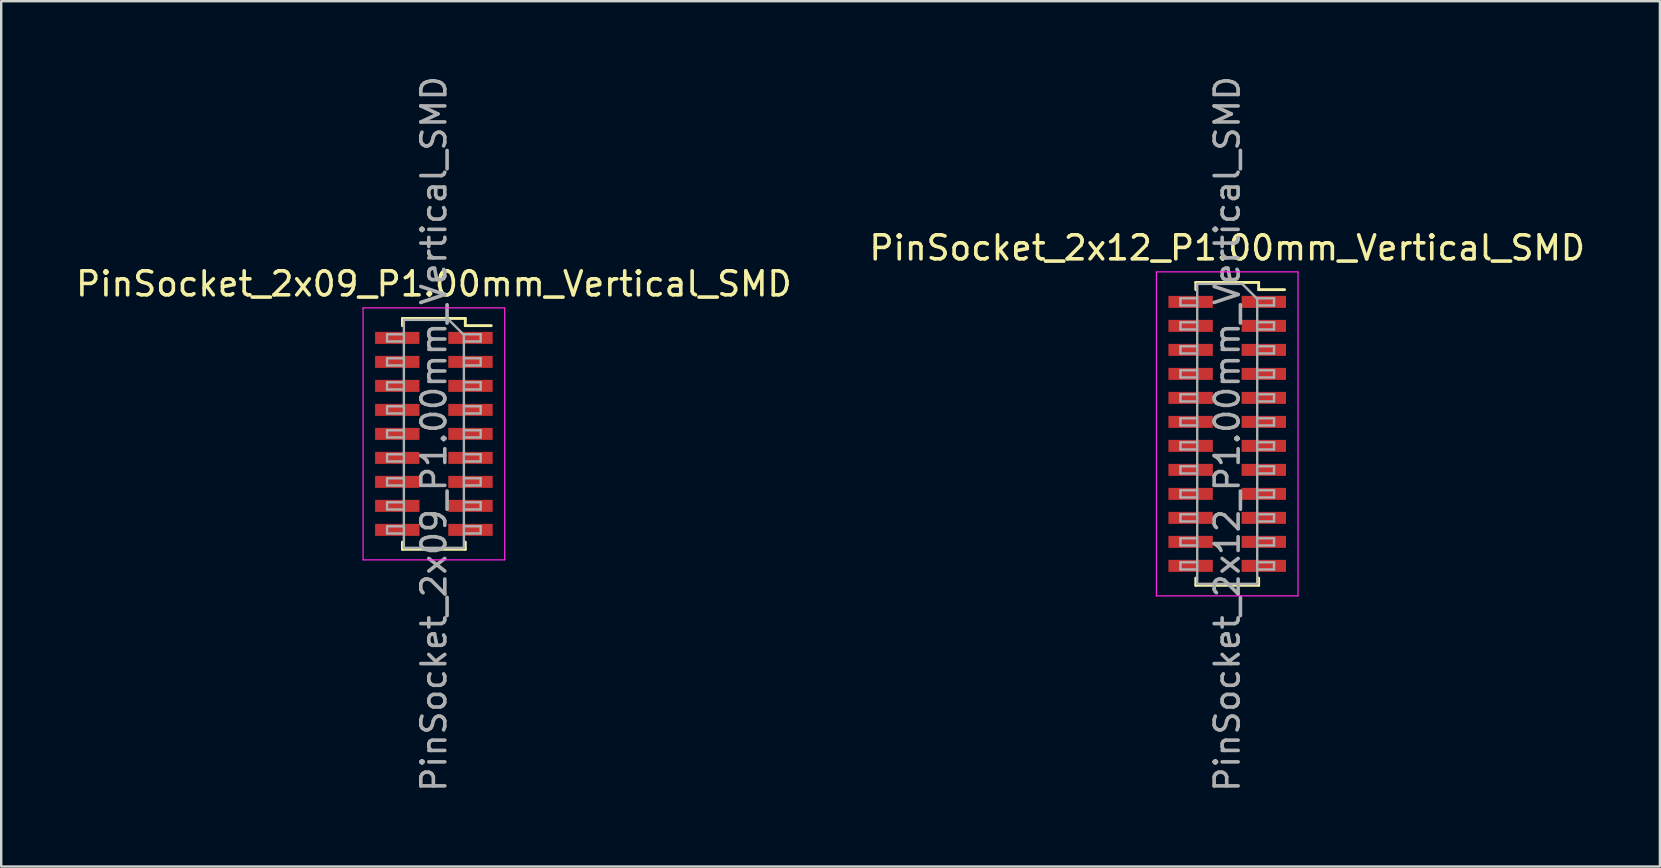
<source format=kicad_pcb>
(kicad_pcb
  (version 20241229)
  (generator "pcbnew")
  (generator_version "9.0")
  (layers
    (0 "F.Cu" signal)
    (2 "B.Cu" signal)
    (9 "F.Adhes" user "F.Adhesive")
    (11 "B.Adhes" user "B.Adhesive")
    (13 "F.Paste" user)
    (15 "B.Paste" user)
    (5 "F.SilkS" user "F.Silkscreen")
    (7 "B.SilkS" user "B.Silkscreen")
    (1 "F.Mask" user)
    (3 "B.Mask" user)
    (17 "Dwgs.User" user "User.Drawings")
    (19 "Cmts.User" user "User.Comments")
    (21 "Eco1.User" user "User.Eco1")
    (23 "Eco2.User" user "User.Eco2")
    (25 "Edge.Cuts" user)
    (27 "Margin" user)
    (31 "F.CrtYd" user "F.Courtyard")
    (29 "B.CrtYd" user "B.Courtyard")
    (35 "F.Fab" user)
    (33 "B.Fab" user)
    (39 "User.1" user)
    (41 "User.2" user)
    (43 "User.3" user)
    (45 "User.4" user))
  (footprint "PinSocket_2x09_P1.00mm_Vertical_SMD"
    (layer "F.Cu")
    (at 15.03 15.03)
    (property "Reference" "PinSocket_2x09_P1.00mm_Vertical_SMD" (at 0 -6.25 0) (layer "F.SilkS") (effects (font (size 1 1) (thickness 0.15))))
    (attr smd)
    (fp_line (start -1.31 -4.81) (end -1.31 -4.51) (stroke (width 0.12) (type solid)) (layer "F.SilkS"))
    (fp_line (start -1.31 -4.81) (end 1.31 -4.81) (stroke (width 0.12) (type solid)) (layer "F.SilkS"))
    (fp_line (start -1.31 4.51) (end -1.31 4.81) (stroke (width 0.12) (type solid)) (layer "F.SilkS"))
    (fp_line (start -1.31 4.81) (end 1.31 4.81) (stroke (width 0.12) (type solid)) (layer "F.SilkS"))
    (fp_line (start 1.31 -4.81) (end 1.31 -4.51) (stroke (width 0.12) (type solid)) (layer "F.SilkS"))
    (fp_line (start 1.31 -4.51) (end 2.39 -4.51) (stroke (width 0.12) (type solid)) (layer "F.SilkS"))
    (fp_line (start 1.31 4.51) (end 1.31 4.81) (stroke (width 0.12) (type solid)) (layer "F.SilkS"))
    (fp_line (start -2.95 -5.25) (end 2.95 -5.25) (stroke (width 0.05) (type solid)) (layer "F.CrtYd"))
    (fp_line (start -2.95 5.25) (end -2.95 -5.25) (stroke (width 0.05) (type solid)) (layer "F.CrtYd"))
    (fp_line (start 2.95 -5.25) (end 2.95 5.25) (stroke (width 0.05) (type solid)) (layer "F.CrtYd"))
    (fp_line (start 2.95 5.25) (end -2.95 5.25) (stroke (width 0.05) (type solid)) (layer "F.CrtYd"))
    (fp_line (start -1.95 -4.15) (end -1.25 -4.15) (stroke (width 0.1) (type solid)) (layer "F.Fab"))
    (fp_line (start -1.95 -3.85) (end -1.95 -4.15) (stroke (width 0.1) (type solid)) (layer "F.Fab"))
    (fp_line (start -1.95 -3.15) (end -1.25 -3.15) (stroke (width 0.1) (type solid)) (layer "F.Fab"))
    (fp_line (start -1.95 -2.85) (end -1.95 -3.15) (stroke (width 0.1) (type solid)) (layer "F.Fab"))
    (fp_line (start -1.95 -2.15) (end -1.25 -2.15) (stroke (width 0.1) (type solid)) (layer "F.Fab"))
    (fp_line (start -1.95 -1.85) (end -1.95 -2.15) (stroke (width 0.1) (type solid)) (layer "F.Fab"))
    (fp_line (start -1.95 -1.15) (end -1.25 -1.15) (stroke (width 0.1) (type solid)) (layer "F.Fab"))
    (fp_line (start -1.95 -0.85) (end -1.95 -1.15) (stroke (width 0.1) (type solid)) (layer "F.Fab"))
    (fp_line (start -1.95 -0.15) (end -1.25 -0.15) (stroke (width 0.1) (type solid)) (layer "F.Fab"))
    (fp_line (start -1.95 0.15) (end -1.95 -0.15) (stroke (width 0.1) (type solid)) (layer "F.Fab"))
    (fp_line (start -1.95 0.85) (end -1.25 0.85) (stroke (width 0.1) (type solid)) (layer "F.Fab"))
    (fp_line (start -1.95 1.15) (end -1.95 0.85) (stroke (width 0.1) (type solid)) (layer "F.Fab"))
    (fp_line (start -1.95 1.85) (end -1.25 1.85) (stroke (width 0.1) (type solid)) (layer "F.Fab"))
    (fp_line (start -1.95 2.15) (end -1.95 1.85) (stroke (width 0.1) (type solid)) (layer "F.Fab"))
    (fp_line (start -1.95 2.85) (end -1.25 2.85) (stroke (width 0.1) (type solid)) (layer "F.Fab"))
    (fp_line (start -1.95 3.15) (end -1.95 2.85) (stroke (width 0.1) (type solid)) (layer "F.Fab"))
    (fp_line (start -1.95 3.85) (end -1.25 3.85) (stroke (width 0.1) (type solid)) (layer "F.Fab"))
    (fp_line (start -1.95 4.15) (end -1.95 3.85) (stroke (width 0.1) (type solid)) (layer "F.Fab"))
    (fp_line (start -1.25 -4.75) (end 0.625 -4.75) (stroke (width 0.1) (type solid)) (layer "F.Fab"))
    (fp_line (start -1.25 -3.85) (end -1.95 -3.85) (stroke (width 0.1) (type solid)) (layer "F.Fab"))
    (fp_line (start -1.25 -2.85) (end -1.95 -2.85) (stroke (width 0.1) (type solid)) (layer "F.Fab"))
    (fp_line (start -1.25 -1.85) (end -1.95 -1.85) (stroke (width 0.1) (type solid)) (layer "F.Fab"))
    (fp_line (start -1.25 -0.85) (end -1.95 -0.85) (stroke (width 0.1) (type solid)) (layer "F.Fab"))
    (fp_line (start -1.25 0.15) (end -1.95 0.15) (stroke (width 0.1) (type solid)) (layer "F.Fab"))
    (fp_line (start -1.25 1.15) (end -1.95 1.15) (stroke (width 0.1) (type solid)) (layer "F.Fab"))
    (fp_line (start -1.25 2.15) (end -1.95 2.15) (stroke (width 0.1) (type solid)) (layer "F.Fab"))
    (fp_line (start -1.25 3.15) (end -1.95 3.15) (stroke (width 0.1) (type solid)) (layer "F.Fab"))
    (fp_line (start -1.25 4.15) (end -1.95 4.15) (stroke (width 0.1) (type solid)) (layer "F.Fab"))
    (fp_line (start -1.25 4.75) (end -1.25 -4.75) (stroke (width 0.1) (type solid)) (layer "F.Fab"))
    (fp_line (start 0.625 -4.75) (end 1.25 -4.125) (stroke (width 0.1) (type solid)) (layer "F.Fab"))
    (fp_line (start 1.25 -4.15) (end 1.95 -4.15) (stroke (width 0.1) (type solid)) (layer "F.Fab"))
    (fp_line (start 1.25 -4.125) (end 1.25 4.75) (stroke (width 0.1) (type solid)) (layer "F.Fab"))
    (fp_line (start 1.25 -3.15) (end 1.95 -3.15) (stroke (width 0.1) (type solid)) (layer "F.Fab"))
    (fp_line (start 1.25 -2.15) (end 1.95 -2.15) (stroke (width 0.1) (type solid)) (layer "F.Fab"))
    (fp_line (start 1.25 -1.15) (end 1.95 -1.15) (stroke (width 0.1) (type solid)) (layer "F.Fab"))
    (fp_line (start 1.25 -0.15) (end 1.95 -0.15) (stroke (width 0.1) (type solid)) (layer "F.Fab"))
    (fp_line (start 1.25 0.85) (end 1.95 0.85) (stroke (width 0.1) (type solid)) (layer "F.Fab"))
    (fp_line (start 1.25 1.85) (end 1.95 1.85) (stroke (width 0.1) (type solid)) (layer "F.Fab"))
    (fp_line (start 1.25 2.85) (end 1.95 2.85) (stroke (width 0.1) (type solid)) (layer "F.Fab"))
    (fp_line (start 1.25 3.85) (end 1.95 3.85) (stroke (width 0.1) (type solid)) (layer "F.Fab"))
    (fp_line (start 1.25 4.75) (end -1.25 4.75) (stroke (width 0.1) (type solid)) (layer "F.Fab"))
    (fp_line (start 1.95 -4.15) (end 1.95 -3.85) (stroke (width 0.1) (type solid)) (layer "F.Fab"))
    (fp_line (start 1.95 -3.85) (end 1.25 -3.85) (stroke (width 0.1) (type solid)) (layer "F.Fab"))
    (fp_line (start 1.95 -3.15) (end 1.95 -2.85) (stroke (width 0.1) (type solid)) (layer "F.Fab"))
    (fp_line (start 1.95 -2.85) (end 1.25 -2.85) (stroke (width 0.1) (type solid)) (layer "F.Fab"))
    (fp_line (start 1.95 -2.15) (end 1.95 -1.85) (stroke (width 0.1) (type solid)) (layer "F.Fab"))
    (fp_line (start 1.95 -1.85) (end 1.25 -1.85) (stroke (width 0.1) (type solid)) (layer "F.Fab"))
    (fp_line (start 1.95 -1.15) (end 1.95 -0.85) (stroke (width 0.1) (type solid)) (layer "F.Fab"))
    (fp_line (start 1.95 -0.85) (end 1.25 -0.85) (stroke (width 0.1) (type solid)) (layer "F.Fab"))
    (fp_line (start 1.95 -0.15) (end 1.95 0.15) (stroke (width 0.1) (type solid)) (layer "F.Fab"))
    (fp_line (start 1.95 0.15) (end 1.25 0.15) (stroke (width 0.1) (type solid)) (layer "F.Fab"))
    (fp_line (start 1.95 0.85) (end 1.95 1.15) (stroke (width 0.1) (type solid)) (layer "F.Fab"))
    (fp_line (start 1.95 1.15) (end 1.25 1.15) (stroke (width 0.1) (type solid)) (layer "F.Fab"))
    (fp_line (start 1.95 1.85) (end 1.95 2.15) (stroke (width 0.1) (type solid)) (layer "F.Fab"))
    (fp_line (start 1.95 2.15) (end 1.25 2.15) (stroke (width 0.1) (type solid)) (layer "F.Fab"))
    (fp_line (start 1.95 2.85) (end 1.95 3.15) (stroke (width 0.1) (type solid)) (layer "F.Fab"))
    (fp_line (start 1.95 3.15) (end 1.25 3.15) (stroke (width 0.1) (type solid)) (layer "F.Fab"))
    (fp_line (start 1.95 3.85) (end 1.95 4.15) (stroke (width 0.1) (type solid)) (layer "F.Fab"))
    (fp_line (start 1.95 4.15) (end 1.25 4.15) (stroke (width 0.1) (type solid)) (layer "F.Fab"))
    (fp_text user "${REFERENCE}" (at 0 0 90) (layer "F.Fab") (effects (font (size 1 1) (thickness 0.15))))
    (pad "1" smd rect (at 1.525 -4) (size 1.85 0.5) (layers "F.Cu" "F.Mask" "F.Paste"))
    (pad "2" smd rect (at -1.525 -4) (size 1.85 0.5) (layers "F.Cu" "F.Mask" "F.Paste"))
    (pad "3" smd rect (at 1.525 -3) (size 1.85 0.5) (layers "F.Cu" "F.Mask" "F.Paste"))
    (pad "4" smd rect (at -1.525 -3) (size 1.85 0.5) (layers "F.Cu" "F.Mask" "F.Paste"))
    (pad "5" smd rect (at 1.525 -2) (size 1.85 0.5) (layers "F.Cu" "F.Mask" "F.Paste"))
    (pad "6" smd rect (at -1.525 -2) (size 1.85 0.5) (layers "F.Cu" "F.Mask" "F.Paste"))
    (pad "7" smd rect (at 1.525 -1) (size 1.85 0.5) (layers "F.Cu" "F.Mask" "F.Paste"))
    (pad "8" smd rect (at -1.525 -1) (size 1.85 0.5) (layers "F.Cu" "F.Mask" "F.Paste"))
    (pad "9" smd rect (at 1.525 0) (size 1.85 0.5) (layers "F.Cu" "F.Mask" "F.Paste"))
    (pad "10" smd rect (at -1.525 0) (size 1.85 0.5) (layers "F.Cu" "F.Mask" "F.Paste"))
    (pad "11" smd rect (at 1.525 1) (size 1.85 0.5) (layers "F.Cu" "F.Mask" "F.Paste"))
    (pad "12" smd rect (at -1.525 1) (size 1.85 0.5) (layers "F.Cu" "F.Mask" "F.Paste"))
    (pad "13" smd rect (at 1.525 2) (size 1.85 0.5) (layers "F.Cu" "F.Mask" "F.Paste"))
    (pad "14" smd rect (at -1.525 2) (size 1.85 0.5) (layers "F.Cu" "F.Mask" "F.Paste"))
    (pad "15" smd rect (at 1.525 3) (size 1.85 0.5) (layers "F.Cu" "F.Mask" "F.Paste"))
    (pad "16" smd rect (at -1.525 3) (size 1.85 0.5) (layers "F.Cu" "F.Mask" "F.Paste"))
    (pad "17" smd rect (at 1.525 4) (size 1.85 0.5) (layers "F.Cu" "F.Mask" "F.Paste"))
    (pad "18" smd rect (at -1.525 4) (size 1.85 0.5) (layers "F.Cu" "F.Mask" "F.Paste")))
  (footprint "PinSocket_2x12_P1.00mm_Vertical_SMD"
    (layer "F.Cu")
    (at 48.089 15.03)
    (property "Reference" "PinSocket_2x12_P1.00mm_Vertical_SMD" (at 0 -7.75 0) (layer "F.SilkS") (effects (font (size 1 1) (thickness 0.15))))
    (attr smd)
    (fp_line (start -1.31 -6.31) (end -1.31 -6.01) (stroke (width 0.12) (type solid)) (layer "F.SilkS"))
    (fp_line (start -1.31 -6.31) (end 1.31 -6.31) (stroke (width 0.12) (type solid)) (layer "F.SilkS"))
    (fp_line (start -1.31 6.01) (end -1.31 6.31) (stroke (width 0.12) (type solid)) (layer "F.SilkS"))
    (fp_line (start -1.31 6.31) (end 1.31 6.31) (stroke (width 0.12) (type solid)) (layer "F.SilkS"))
    (fp_line (start 1.31 -6.31) (end 1.31 -6.01) (stroke (width 0.12) (type solid)) (layer "F.SilkS"))
    (fp_line (start 1.31 -6.01) (end 2.39 -6.01) (stroke (width 0.12) (type solid)) (layer "F.SilkS"))
    (fp_line (start 1.31 6.01) (end 1.31 6.31) (stroke (width 0.12) (type solid)) (layer "F.SilkS"))
    (fp_line (start -2.95 -6.75) (end 2.95 -6.75) (stroke (width 0.05) (type solid)) (layer "F.CrtYd"))
    (fp_line (start -2.95 6.75) (end -2.95 -6.75) (stroke (width 0.05) (type solid)) (layer "F.CrtYd"))
    (fp_line (start 2.95 -6.75) (end 2.95 6.75) (stroke (width 0.05) (type solid)) (layer "F.CrtYd"))
    (fp_line (start 2.95 6.75) (end -2.95 6.75) (stroke (width 0.05) (type solid)) (layer "F.CrtYd"))
    (fp_line (start -1.95 -5.65) (end -1.25 -5.65) (stroke (width 0.1) (type solid)) (layer "F.Fab"))
    (fp_line (start -1.95 -5.35) (end -1.95 -5.65) (stroke (width 0.1) (type solid)) (layer "F.Fab"))
    (fp_line (start -1.95 -4.65) (end -1.25 -4.65) (stroke (width 0.1) (type solid)) (layer "F.Fab"))
    (fp_line (start -1.95 -4.35) (end -1.95 -4.65) (stroke (width 0.1) (type solid)) (layer "F.Fab"))
    (fp_line (start -1.95 -3.65) (end -1.25 -3.65) (stroke (width 0.1) (type solid)) (layer "F.Fab"))
    (fp_line (start -1.95 -3.35) (end -1.95 -3.65) (stroke (width 0.1) (type solid)) (layer "F.Fab"))
    (fp_line (start -1.95 -2.65) (end -1.25 -2.65) (stroke (width 0.1) (type solid)) (layer "F.Fab"))
    (fp_line (start -1.95 -2.35) (end -1.95 -2.65) (stroke (width 0.1) (type solid)) (layer "F.Fab"))
    (fp_line (start -1.95 -1.65) (end -1.25 -1.65) (stroke (width 0.1) (type solid)) (layer "F.Fab"))
    (fp_line (start -1.95 -1.35) (end -1.95 -1.65) (stroke (width 0.1) (type solid)) (layer "F.Fab"))
    (fp_line (start -1.95 -0.65) (end -1.25 -0.65) (stroke (width 0.1) (type solid)) (layer "F.Fab"))
    (fp_line (start -1.95 -0.35) (end -1.95 -0.65) (stroke (width 0.1) (type solid)) (layer "F.Fab"))
    (fp_line (start -1.95 0.35) (end -1.25 0.35) (stroke (width 0.1) (type solid)) (layer "F.Fab"))
    (fp_line (start -1.95 0.65) (end -1.95 0.35) (stroke (width 0.1) (type solid)) (layer "F.Fab"))
    (fp_line (start -1.95 1.35) (end -1.25 1.35) (stroke (width 0.1) (type solid)) (layer "F.Fab"))
    (fp_line (start -1.95 1.65) (end -1.95 1.35) (stroke (width 0.1) (type solid)) (layer "F.Fab"))
    (fp_line (start -1.95 2.35) (end -1.25 2.35) (stroke (width 0.1) (type solid)) (layer "F.Fab"))
    (fp_line (start -1.95 2.65) (end -1.95 2.35) (stroke (width 0.1) (type solid)) (layer "F.Fab"))
    (fp_line (start -1.95 3.35) (end -1.25 3.35) (stroke (width 0.1) (type solid)) (layer "F.Fab"))
    (fp_line (start -1.95 3.65) (end -1.95 3.35) (stroke (width 0.1) (type solid)) (layer "F.Fab"))
    (fp_line (start -1.95 4.35) (end -1.25 4.35) (stroke (width 0.1) (type solid)) (layer "F.Fab"))
    (fp_line (start -1.95 4.65) (end -1.95 4.35) (stroke (width 0.1) (type solid)) (layer "F.Fab"))
    (fp_line (start -1.95 5.35) (end -1.25 5.35) (stroke (width 0.1) (type solid)) (layer "F.Fab"))
    (fp_line (start -1.95 5.65) (end -1.95 5.35) (stroke (width 0.1) (type solid)) (layer "F.Fab"))
    (fp_line (start -1.25 -6.25) (end 0.625 -6.25) (stroke (width 0.1) (type solid)) (layer "F.Fab"))
    (fp_line (start -1.25 -5.35) (end -1.95 -5.35) (stroke (width 0.1) (type solid)) (layer "F.Fab"))
    (fp_line (start -1.25 -4.35) (end -1.95 -4.35) (stroke (width 0.1) (type solid)) (layer "F.Fab"))
    (fp_line (start -1.25 -3.35) (end -1.95 -3.35) (stroke (width 0.1) (type solid)) (layer "F.Fab"))
    (fp_line (start -1.25 -2.35) (end -1.95 -2.35) (stroke (width 0.1) (type solid)) (layer "F.Fab"))
    (fp_line (start -1.25 -1.35) (end -1.95 -1.35) (stroke (width 0.1) (type solid)) (layer "F.Fab"))
    (fp_line (start -1.25 -0.35) (end -1.95 -0.35) (stroke (width 0.1) (type solid)) (layer "F.Fab"))
    (fp_line (start -1.25 0.65) (end -1.95 0.65) (stroke (width 0.1) (type solid)) (layer "F.Fab"))
    (fp_line (start -1.25 1.65) (end -1.95 1.65) (stroke (width 0.1) (type solid)) (layer "F.Fab"))
    (fp_line (start -1.25 2.65) (end -1.95 2.65) (stroke (width 0.1) (type solid)) (layer "F.Fab"))
    (fp_line (start -1.25 3.65) (end -1.95 3.65) (stroke (width 0.1) (type solid)) (layer "F.Fab"))
    (fp_line (start -1.25 4.65) (end -1.95 4.65) (stroke (width 0.1) (type solid)) (layer "F.Fab"))
    (fp_line (start -1.25 5.65) (end -1.95 5.65) (stroke (width 0.1) (type solid)) (layer "F.Fab"))
    (fp_line (start -1.25 6.25) (end -1.25 -6.25) (stroke (width 0.1) (type solid)) (layer "F.Fab"))
    (fp_line (start 0.625 -6.25) (end 1.25 -5.625) (stroke (width 0.1) (type solid)) (layer "F.Fab"))
    (fp_line (start 1.25 -5.65) (end 1.95 -5.65) (stroke (width 0.1) (type solid)) (layer "F.Fab"))
    (fp_line (start 1.25 -5.625) (end 1.25 6.25) (stroke (width 0.1) (type solid)) (layer "F.Fab"))
    (fp_line (start 1.25 -4.65) (end 1.95 -4.65) (stroke (width 0.1) (type solid)) (layer "F.Fab"))
    (fp_line (start 1.25 -3.65) (end 1.95 -3.65) (stroke (width 0.1) (type solid)) (layer "F.Fab"))
    (fp_line (start 1.25 -2.65) (end 1.95 -2.65) (stroke (width 0.1) (type solid)) (layer "F.Fab"))
    (fp_line (start 1.25 -1.65) (end 1.95 -1.65) (stroke (width 0.1) (type solid)) (layer "F.Fab"))
    (fp_line (start 1.25 -0.65) (end 1.95 -0.65) (stroke (width 0.1) (type solid)) (layer "F.Fab"))
    (fp_line (start 1.25 0.35) (end 1.95 0.35) (stroke (width 0.1) (type solid)) (layer "F.Fab"))
    (fp_line (start 1.25 1.35) (end 1.95 1.35) (stroke (width 0.1) (type solid)) (layer "F.Fab"))
    (fp_line (start 1.25 2.35) (end 1.95 2.35) (stroke (width 0.1) (type solid)) (layer "F.Fab"))
    (fp_line (start 1.25 3.35) (end 1.95 3.35) (stroke (width 0.1) (type solid)) (layer "F.Fab"))
    (fp_line (start 1.25 4.35) (end 1.95 4.35) (stroke (width 0.1) (type solid)) (layer "F.Fab"))
    (fp_line (start 1.25 5.35) (end 1.95 5.35) (stroke (width 0.1) (type solid)) (layer "F.Fab"))
    (fp_line (start 1.25 6.25) (end -1.25 6.25) (stroke (width 0.1) (type solid)) (layer "F.Fab"))
    (fp_line (start 1.95 -5.65) (end 1.95 -5.35) (stroke (width 0.1) (type solid)) (layer "F.Fab"))
    (fp_line (start 1.95 -5.35) (end 1.25 -5.35) (stroke (width 0.1) (type solid)) (layer "F.Fab"))
    (fp_line (start 1.95 -4.65) (end 1.95 -4.35) (stroke (width 0.1) (type solid)) (layer "F.Fab"))
    (fp_line (start 1.95 -4.35) (end 1.25 -4.35) (stroke (width 0.1) (type solid)) (layer "F.Fab"))
    (fp_line (start 1.95 -3.65) (end 1.95 -3.35) (stroke (width 0.1) (type solid)) (layer "F.Fab"))
    (fp_line (start 1.95 -3.35) (end 1.25 -3.35) (stroke (width 0.1) (type solid)) (layer "F.Fab"))
    (fp_line (start 1.95 -2.65) (end 1.95 -2.35) (stroke (width 0.1) (type solid)) (layer "F.Fab"))
    (fp_line (start 1.95 -2.35) (end 1.25 -2.35) (stroke (width 0.1) (type solid)) (layer "F.Fab"))
    (fp_line (start 1.95 -1.65) (end 1.95 -1.35) (stroke (width 0.1) (type solid)) (layer "F.Fab"))
    (fp_line (start 1.95 -1.35) (end 1.25 -1.35) (stroke (width 0.1) (type solid)) (layer "F.Fab"))
    (fp_line (start 1.95 -0.65) (end 1.95 -0.35) (stroke (width 0.1) (type solid)) (layer "F.Fab"))
    (fp_line (start 1.95 -0.35) (end 1.25 -0.35) (stroke (width 0.1) (type solid)) (layer "F.Fab"))
    (fp_line (start 1.95 0.35) (end 1.95 0.65) (stroke (width 0.1) (type solid)) (layer "F.Fab"))
    (fp_line (start 1.95 0.65) (end 1.25 0.65) (stroke (width 0.1) (type solid)) (layer "F.Fab"))
    (fp_line (start 1.95 1.35) (end 1.95 1.65) (stroke (width 0.1) (type solid)) (layer "F.Fab"))
    (fp_line (start 1.95 1.65) (end 1.25 1.65) (stroke (width 0.1) (type solid)) (layer "F.Fab"))
    (fp_line (start 1.95 2.35) (end 1.95 2.65) (stroke (width 0.1) (type solid)) (layer "F.Fab"))
    (fp_line (start 1.95 2.65) (end 1.25 2.65) (stroke (width 0.1) (type solid)) (layer "F.Fab"))
    (fp_line (start 1.95 3.35) (end 1.95 3.65) (stroke (width 0.1) (type solid)) (layer "F.Fab"))
    (fp_line (start 1.95 3.65) (end 1.25 3.65) (stroke (width 0.1) (type solid)) (layer "F.Fab"))
    (fp_line (start 1.95 4.35) (end 1.95 4.65) (stroke (width 0.1) (type solid)) (layer "F.Fab"))
    (fp_line (start 1.95 4.65) (end 1.25 4.65) (stroke (width 0.1) (type solid)) (layer "F.Fab"))
    (fp_line (start 1.95 5.35) (end 1.95 5.65) (stroke (width 0.1) (type solid)) (layer "F.Fab"))
    (fp_line (start 1.95 5.65) (end 1.25 5.65) (stroke (width 0.1) (type solid)) (layer "F.Fab"))
    (fp_text user "${REFERENCE}" (at 0 0 90) (layer "F.Fab") (effects (font (size 1 1) (thickness 0.15))))
    (pad "1" smd rect (at 1.525 -5.5) (size 1.85 0.5) (layers "F.Cu" "F.Mask" "F.Paste"))
    (pad "2" smd rect (at -1.525 -5.5) (size 1.85 0.5) (layers "F.Cu" "F.Mask" "F.Paste"))
    (pad "3" smd rect (at 1.525 -4.5) (size 1.85 0.5) (layers "F.Cu" "F.Mask" "F.Paste"))
    (pad "4" smd rect (at -1.525 -4.5) (size 1.85 0.5) (layers "F.Cu" "F.Mask" "F.Paste"))
    (pad "5" smd rect (at 1.525 -3.5) (size 1.85 0.5) (layers "F.Cu" "F.Mask" "F.Paste"))
    (pad "6" smd rect (at -1.525 -3.5) (size 1.85 0.5) (layers "F.Cu" "F.Mask" "F.Paste"))
    (pad "7" smd rect (at 1.525 -2.5) (size 1.85 0.5) (layers "F.Cu" "F.Mask" "F.Paste"))
    (pad "8" smd rect (at -1.525 -2.5) (size 1.85 0.5) (layers "F.Cu" "F.Mask" "F.Paste"))
    (pad "9" smd rect (at 1.525 -1.5) (size 1.85 0.5) (layers "F.Cu" "F.Mask" "F.Paste"))
    (pad "10" smd rect (at -1.525 -1.5) (size 1.85 0.5) (layers "F.Cu" "F.Mask" "F.Paste"))
    (pad "11" smd rect (at 1.525 -0.5) (size 1.85 0.5) (layers "F.Cu" "F.Mask" "F.Paste"))
    (pad "12" smd rect (at -1.525 -0.5) (size 1.85 0.5) (layers "F.Cu" "F.Mask" "F.Paste"))
    (pad "13" smd rect (at 1.525 0.5) (size 1.85 0.5) (layers "F.Cu" "F.Mask" "F.Paste"))
    (pad "14" smd rect (at -1.525 0.5) (size 1.85 0.5) (layers "F.Cu" "F.Mask" "F.Paste"))
    (pad "15" smd rect (at 1.525 1.5) (size 1.85 0.5) (layers "F.Cu" "F.Mask" "F.Paste"))
    (pad "16" smd rect (at -1.525 1.5) (size 1.85 0.5) (layers "F.Cu" "F.Mask" "F.Paste"))
    (pad "17" smd rect (at 1.525 2.5) (size 1.85 0.5) (layers "F.Cu" "F.Mask" "F.Paste"))
    (pad "18" smd rect (at -1.525 2.5) (size 1.85 0.5) (layers "F.Cu" "F.Mask" "F.Paste"))
    (pad "19" smd rect (at 1.525 3.5) (size 1.85 0.5) (layers "F.Cu" "F.Mask" "F.Paste"))
    (pad "20" smd rect (at -1.525 3.5) (size 1.85 0.5) (layers "F.Cu" "F.Mask" "F.Paste"))
    (pad "21" smd rect (at 1.525 4.5) (size 1.85 0.5) (layers "F.Cu" "F.Mask" "F.Paste"))
    (pad "22" smd rect (at -1.525 4.5) (size 1.85 0.5) (layers "F.Cu" "F.Mask" "F.Paste"))
    (pad "23" smd rect (at 1.525 5.5) (size 1.85 0.5) (layers "F.Cu" "F.Mask" "F.Paste"))
    (pad "24" smd rect (at -1.525 5.5) (size 1.85 0.5) (layers "F.Cu" "F.Mask" "F.Paste")))
  (gr_rect
    (start -3 -3)
    (end 66.119 33.06)
    (stroke (width 0.1) (type default))
    (fill no)
    (layer "Edge.Cuts")))
</source>
